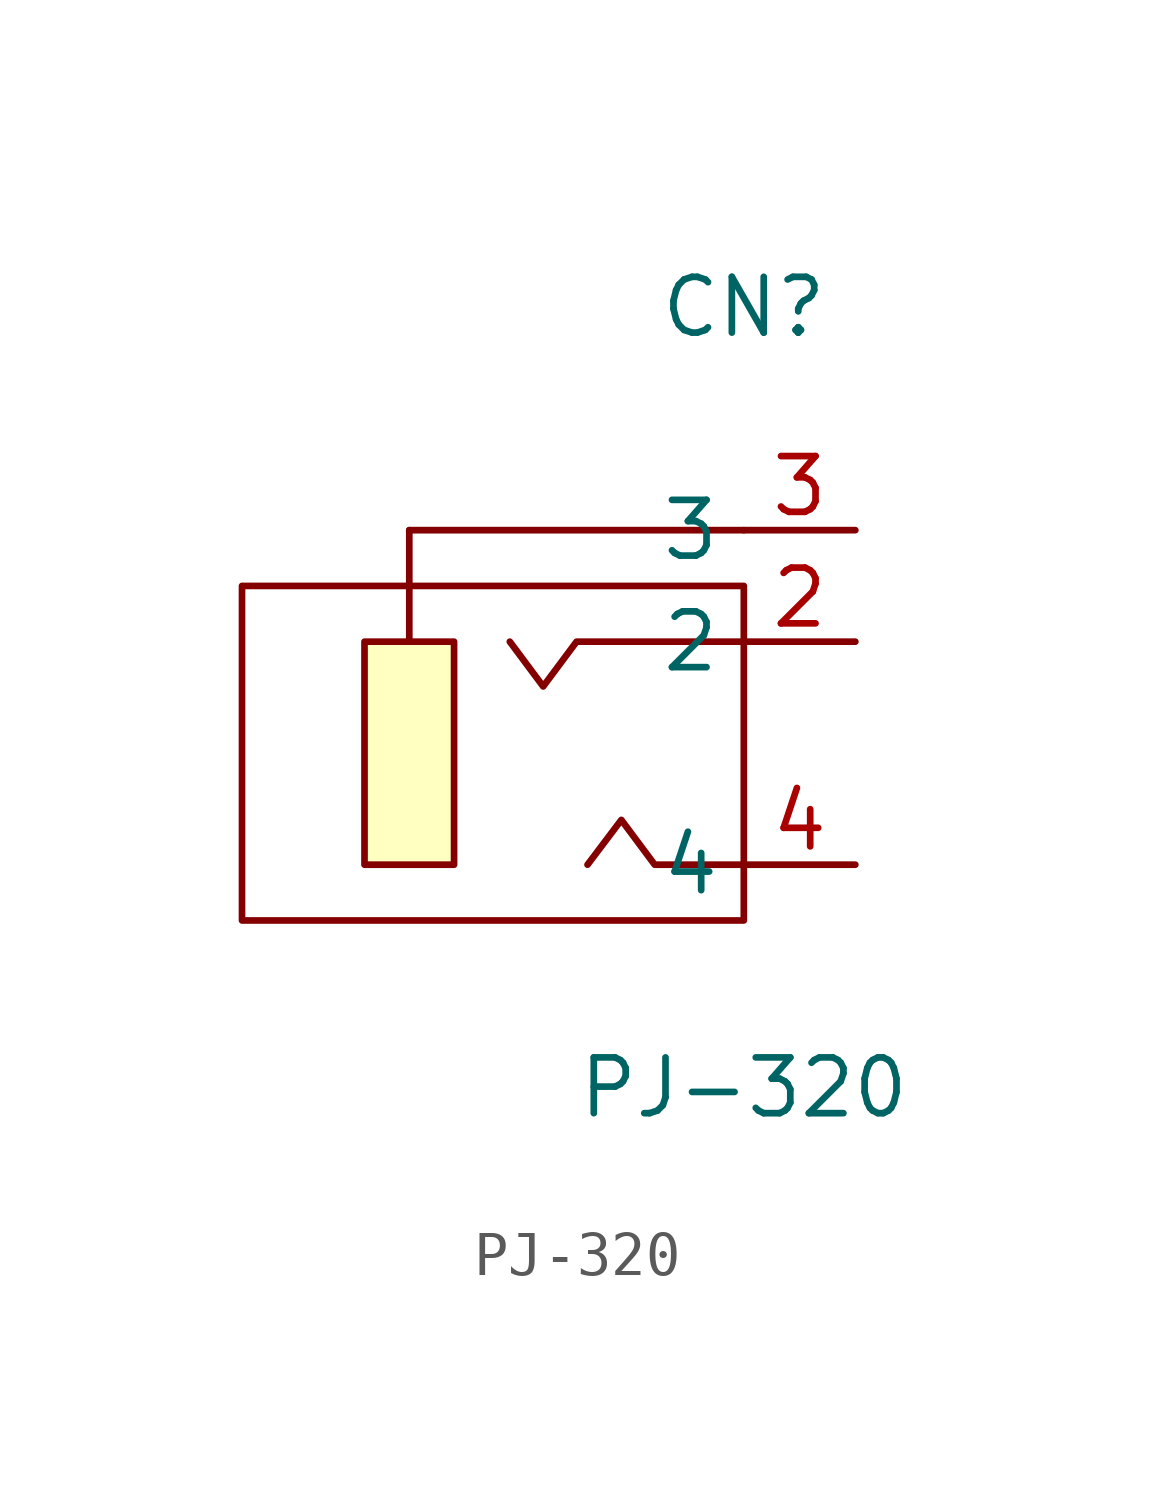
<source format=kicad_sym>
(kicad_symbol_lib
  (version 20220914)
  (generator kicad_symbol_editor)
  (symbol "PJ-320"
    (property "Reference" "CN"
      (at 0 7.62 0)
      (effects (font (size 1.27 1.27))))
    (property "Value" "PJ-320"
      (at 0 -10.16 0)
      (effects (font (size 1.27 1.27))))
    (symbol "PJ-320_0_1"
      (rectangle (start -11.43 1.27) (end 0 -6.35) (stroke (width 0) (type default)) (fill (type none)))
      (rectangle (start -8.64 0) (end -6.6 -5.08) (stroke (width 0) (type default)) (fill (type background)))
      (polyline (pts (xy -7.62 2.54) (xy -7.62 0)) (stroke (width 0) (type default)) (fill (type none)))
      (polyline (pts (xy -7.62 2.54) (xy 0 2.54)) (stroke (width 0) (type default)) (fill (type none)))
      (polyline (pts (xy 0 -5.08) (xy -2.03 -5.08) (xy -2.79 -4.06) (xy -3.56 -5.08)) (stroke (width 0) (type default)) (fill (type none)))
      (polyline (pts (xy 0 0) (xy -3.81 0) (xy -4.57 -1.02) (xy -5.33 0)) (stroke (width 0) (type default)) (fill (type none)))
      (pin unspecified line (at 2.54 0 180) (length 2.54) (name "2" (effects (font (size 1.27 1.27)))) (number "2" (effects (font (size 1.27 1.27)))))
      (pin unspecified line (at 2.54 2.54 180) (length 2.54) (name "3" (effects (font (size 1.27 1.27)))) (number "3" (effects (font (size 1.27 1.27)))))
      (pin unspecified line (at 2.54 -5.08 180) (length 2.54) (name "4" (effects (font (size 1.27 1.27)))) (number "4" (effects (font (size 1.27 1.27))))))))
</source>
